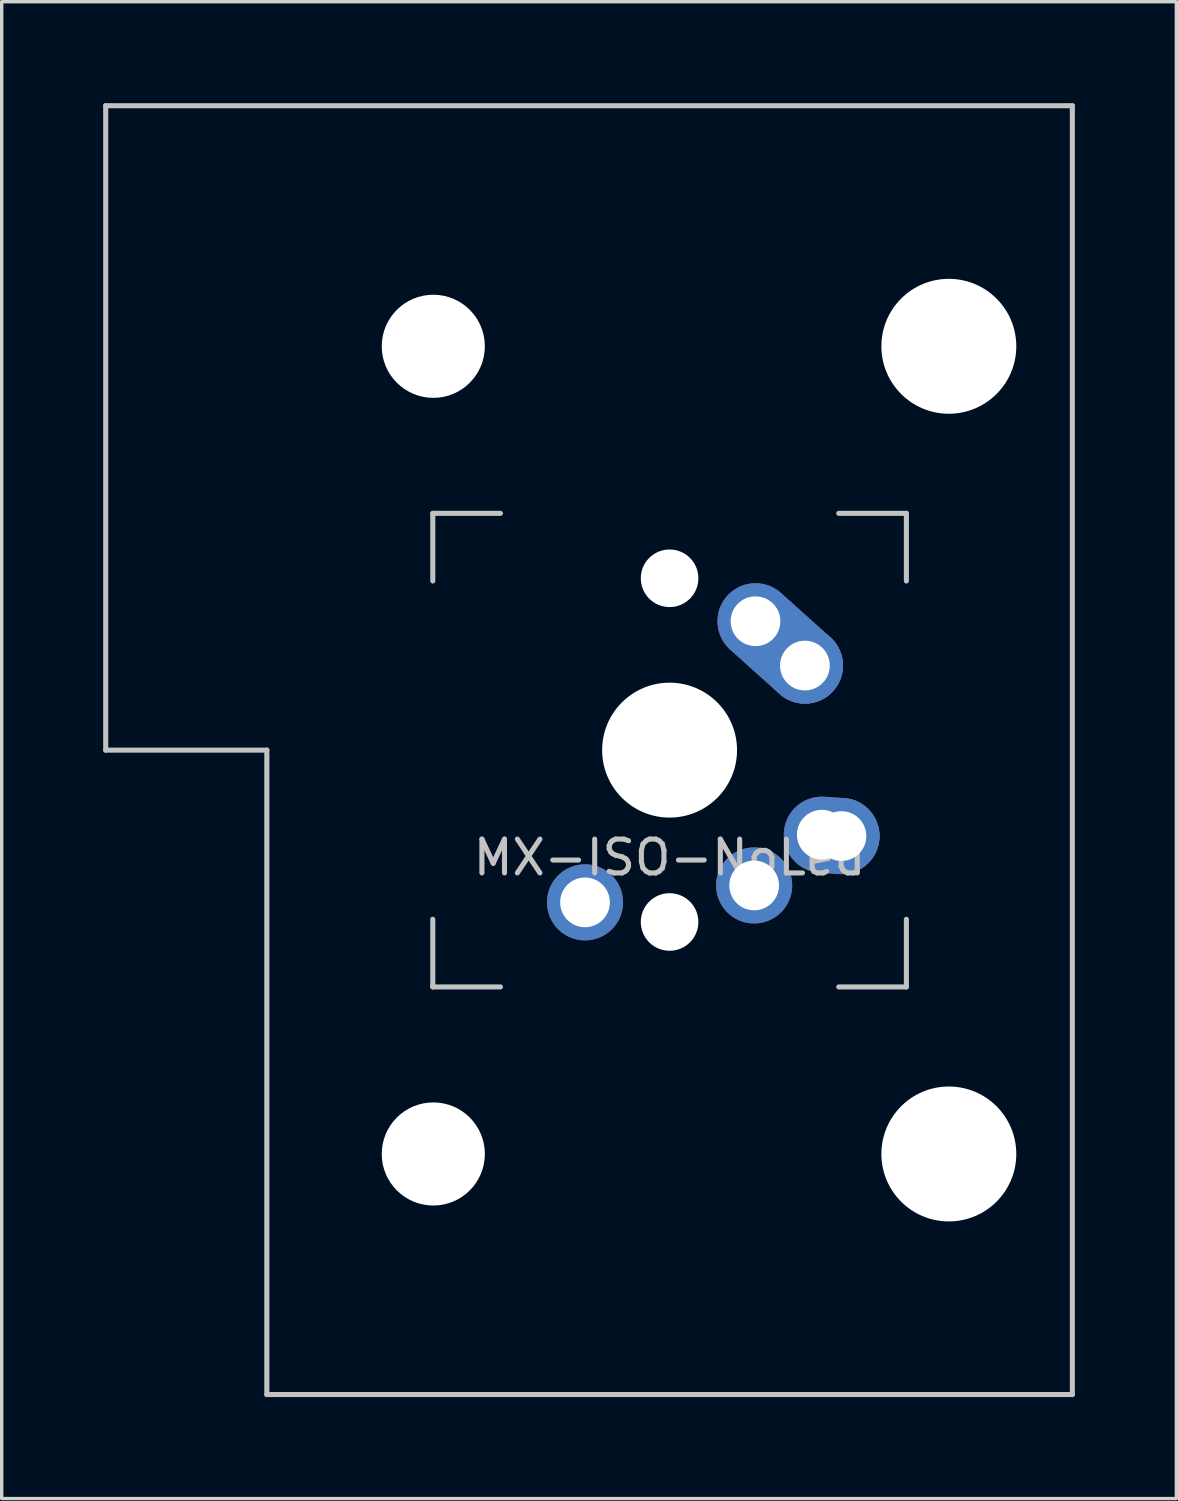
<source format=kicad_pcb>
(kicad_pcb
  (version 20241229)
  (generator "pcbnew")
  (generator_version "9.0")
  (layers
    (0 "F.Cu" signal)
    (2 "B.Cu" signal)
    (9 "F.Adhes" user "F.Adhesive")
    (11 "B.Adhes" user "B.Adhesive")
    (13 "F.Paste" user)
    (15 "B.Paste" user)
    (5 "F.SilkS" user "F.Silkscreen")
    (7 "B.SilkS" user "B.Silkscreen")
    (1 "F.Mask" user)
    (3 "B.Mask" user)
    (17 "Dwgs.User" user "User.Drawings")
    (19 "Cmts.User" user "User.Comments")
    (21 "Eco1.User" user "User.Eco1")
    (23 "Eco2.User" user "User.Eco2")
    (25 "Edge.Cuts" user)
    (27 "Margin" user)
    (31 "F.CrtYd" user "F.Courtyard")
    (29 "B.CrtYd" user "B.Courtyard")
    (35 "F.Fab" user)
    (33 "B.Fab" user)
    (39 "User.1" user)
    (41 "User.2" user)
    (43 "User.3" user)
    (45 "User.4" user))
  (footprint "MX-ISO-NoLed"
    (layer "F.Cu")
    (at 16.744 19.125)
    (property "Reference" "MX-ISO-NoLed" (at 0 3.175 0) (layer "Dwgs.User") (effects (font (size 1 1) (thickness 0.15))))
    (attr through_hole)
    (fp_line (start -16.669 -19.05) (end -16.669 0) (stroke (width 0.15) (type solid)) (layer "Dwgs.User"))
    (fp_line (start -16.669 -19.05) (end 11.906 -19.05) (stroke (width 0.15) (type solid)) (layer "Dwgs.User"))
    (fp_line (start -11.906 0) (end -16.669 0) (stroke (width 0.15) (type solid)) (layer "Dwgs.User"))
    (fp_line (start -11.906 19.05) (end -11.906 0) (stroke (width 0.15) (type solid)) (layer "Dwgs.User"))
    (fp_line (start -11.906 19.05) (end 11.906 19.05) (stroke (width 0.15) (type solid)) (layer "Dwgs.User"))
    (fp_line (start -7 -7) (end -7 -5) (stroke (width 0.15) (type solid)) (layer "Dwgs.User"))
    (fp_line (start -7 5) (end -7 7) (stroke (width 0.15) (type solid)) (layer "Dwgs.User"))
    (fp_line (start -7 7) (end -5 7) (stroke (width 0.15) (type solid)) (layer "Dwgs.User"))
    (fp_line (start -5 -7) (end -7 -7) (stroke (width 0.15) (type solid)) (layer "Dwgs.User"))
    (fp_line (start 5 -7) (end 7 -7) (stroke (width 0.15) (type solid)) (layer "Dwgs.User"))
    (fp_line (start 5 7) (end 7 7) (stroke (width 0.15) (type solid)) (layer "Dwgs.User"))
    (fp_line (start 7 -7) (end 7 -5) (stroke (width 0.15) (type solid)) (layer "Dwgs.User"))
    (fp_line (start 7 7) (end 7 5) (stroke (width 0.15) (type solid)) (layer "Dwgs.User"))
    (fp_line (start 11.906 -19.05) (end 11.906 19.05) (stroke (width 0.15) (type solid)) (layer "Dwgs.User"))
    (pad "" np_thru_hole circle (at -6.985 -11.938) (size 3.048 3.048) (drill 3.048) (layers "*.Cu" "*.Mask"))
    (pad "" np_thru_hole circle (at -6.985 11.938) (size 3.048 3.048) (drill 3.048) (layers "*.Cu" "*.Mask"))
    (pad "" np_thru_hole circle (at 0 -5.08 48.1) (size 1.702 1.702) (drill 1.702) (layers "*.Cu" "*.Mask"))
    (pad "" np_thru_hole circle (at 0 0) (size 3.988 3.988) (drill 3.988) (layers "*.Cu" "*.Mask"))
    (pad "" np_thru_hole circle (at 0 5.08 48.1) (size 1.702 1.702) (drill 1.702) (layers "*.Cu" "*.Mask"))
    (pad "" np_thru_hole circle (at 8.255 -11.938) (size 3.988 3.988) (drill 3.988) (layers "*.Cu" "*.Mask"))
    (pad "" np_thru_hole circle (at 8.255 11.938) (size 3.988 3.988) (drill 3.988) (layers "*.Cu" "*.Mask"))
    (pad "1" thru_hole circle (at 2.5 4) (size 2.25 2.25) (drill 1.47) (layers "*.Cu" "B.Mask"))
    (pad "1" thru_hole oval (at 4.5 2.5 356.055) (size 2.831 2.25) (drill 1.47 (offset 0.291 0)) (layers "*.Cu" "B.Mask"))
    (pad "1" thru_hole circle (at 5.08 2.54) (size 2.25 2.25) (drill 1.47) (layers "*.Cu" "B.Mask"))
    (pad "2" thru_hole circle (at -2.5 4.5) (size 2.25 2.25) (drill 1.47) (layers "*.Cu" "B.Mask"))
    (pad "2" thru_hole oval (at 2.54 -3.81 318.1) (size 4.212 2.25) (drill 1.47 (offset 0.981 0)) (layers "*.Cu" "B.Mask"))
    (pad "2" thru_hole circle (at 4 -2.5) (size 2.25 2.25) (drill 1.47) (layers "*.Cu" "B.Mask")))
  (gr_rect
    (start -3 -3)
    (end 31.725 41.25)
    (stroke (width 0.1) (type default))
    (fill no)
    (layer "Edge.Cuts")))
</source>
